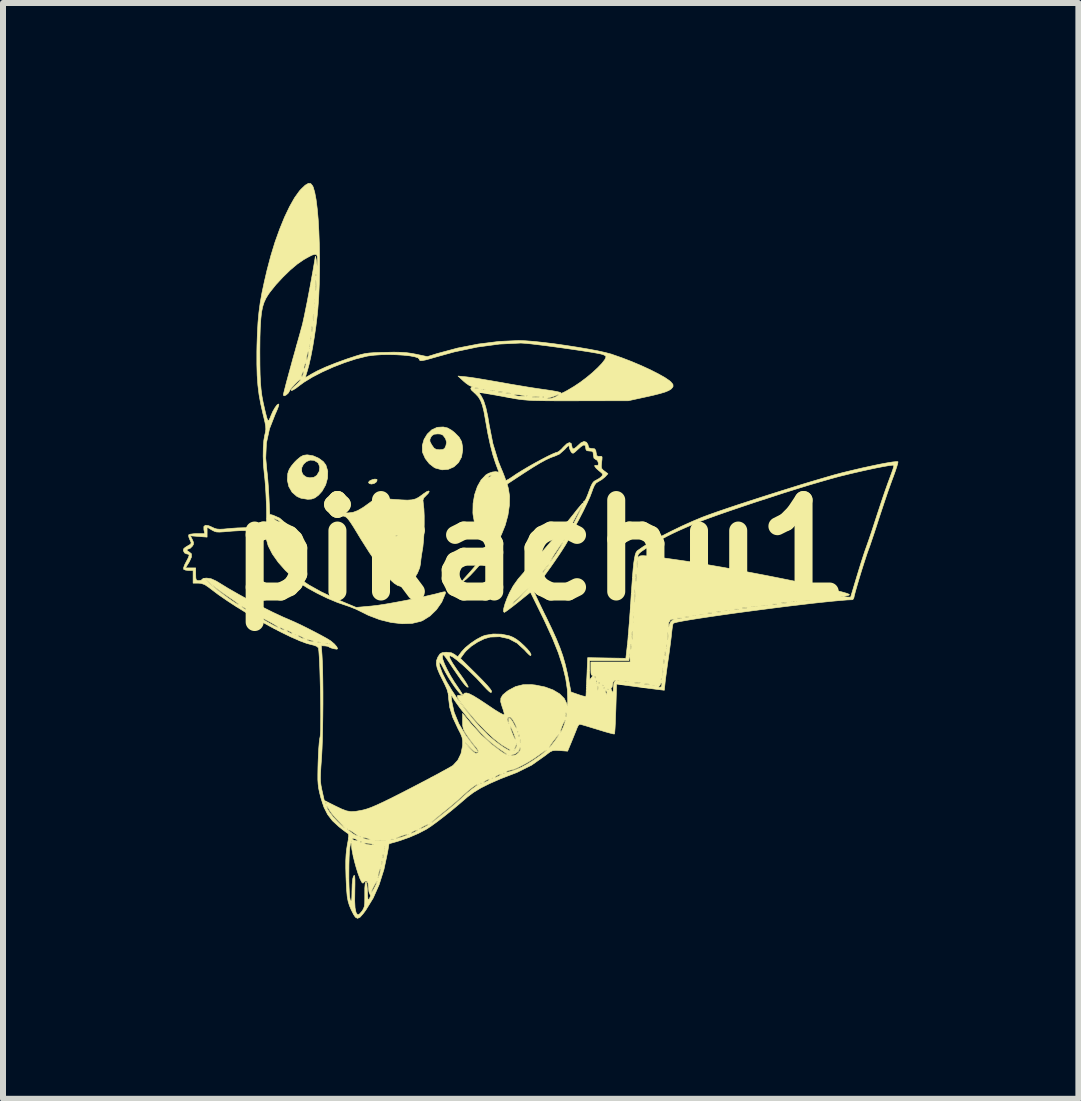
<source format=kicad_pcb>
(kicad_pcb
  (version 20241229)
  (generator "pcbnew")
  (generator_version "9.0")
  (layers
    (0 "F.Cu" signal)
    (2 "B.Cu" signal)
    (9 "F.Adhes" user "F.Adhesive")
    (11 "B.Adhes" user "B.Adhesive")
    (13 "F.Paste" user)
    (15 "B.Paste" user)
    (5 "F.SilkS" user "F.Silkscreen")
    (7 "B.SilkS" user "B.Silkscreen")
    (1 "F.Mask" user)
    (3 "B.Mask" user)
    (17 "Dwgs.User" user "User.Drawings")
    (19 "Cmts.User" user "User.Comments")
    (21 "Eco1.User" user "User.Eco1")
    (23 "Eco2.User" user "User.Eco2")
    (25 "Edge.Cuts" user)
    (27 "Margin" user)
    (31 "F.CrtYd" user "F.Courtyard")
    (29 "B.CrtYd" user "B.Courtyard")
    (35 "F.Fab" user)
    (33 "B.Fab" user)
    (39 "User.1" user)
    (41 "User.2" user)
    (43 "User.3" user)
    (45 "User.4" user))
  (footprint "pikachu1"
    (layer "F.Cu")
    (at 5.946 6.115)
    (property "Reference" "pikachu1" (at 0 0 0) (layer "F.SilkS") (effects (font (size 1.524 1.524) (thickness 0.3))))
    (attr through_hole)
    (fp_poly (pts (xy -2.718 -1.179) (xy -2.715 -1.177) (xy -2.717 -1.154) (xy -2.73 -1.133) (xy -2.766 -1.109) (xy -2.811 -1.101) (xy -2.846 -1.111) (xy -2.857 -1.131) (xy -2.839 -1.153) (xy -2.798 -1.173) (xy -2.751 -1.184) (xy -2.718 -1.179)) (stroke (width 0.01) (type solid)) (fill yes) (layer "F.SilkS"))
    (fp_poly (pts (xy -3.78 -1.572) (xy -3.688 -1.532) (xy -3.61 -1.475) (xy -3.567 -1.418) (xy -3.536 -1.316) (xy -3.539 -1.202) (xy -3.571 -1.087) (xy -3.631 -0.981) (xy -3.691 -0.915) (xy -3.75 -0.871) (xy -3.807 -0.851) (xy -3.869 -0.847) (xy -3.982 -0.865) (xy -4.048 -0.894) (xy -4.129 -0.963) (xy -4.184 -1.058) (xy -4.209 -1.166) (xy -4.202 -1.277) (xy -4.191 -1.308) (xy -3.971 -1.308) (xy -3.949 -1.259) (xy -3.901 -1.22) (xy -3.834 -1.205) (xy -3.766 -1.214) (xy -3.718 -1.245) (xy -3.678 -1.313) (xy -3.669 -1.384) (xy -3.692 -1.446) (xy -3.702 -1.458) (xy -3.763 -1.496) (xy -3.829 -1.5) (xy -3.891 -1.476) (xy -3.94 -1.432) (xy -3.969 -1.374) (xy -3.971 -1.308) (xy -4.191 -1.308) (xy -4.178 -1.345) (xy -4.143 -1.4) (xy -4.09 -1.464) (xy -4.052 -1.502) (xy -3.991 -1.553) (xy -3.942 -1.579) (xy -3.887 -1.587) (xy -3.871 -1.587) (xy -3.78 -1.572)) (stroke (width 0.01) (type solid)) (fill yes) (layer "F.SilkS"))
    (fp_poly (pts (xy -1.541 -2.036) (xy -1.471 -1.996) (xy -1.421 -1.956) (xy -1.348 -1.882) (xy -1.306 -1.808) (xy -1.29 -1.719) (xy -1.288 -1.666) (xy -1.307 -1.552) (xy -1.358 -1.458) (xy -1.434 -1.388) (xy -1.527 -1.347) (xy -1.632 -1.338) (xy -1.741 -1.367) (xy -1.762 -1.377) (xy -1.843 -1.439) (xy -1.911 -1.526) (xy -1.954 -1.622) (xy -1.959 -1.642) (xy -1.961 -1.743) (xy -1.932 -1.843) (xy -1.835 -1.843) (xy -1.833 -1.809) (xy -1.809 -1.762) (xy -1.801 -1.749) (xy -1.765 -1.699) (xy -1.727 -1.677) (xy -1.673 -1.672) (xy -1.617 -1.677) (xy -1.587 -1.697) (xy -1.568 -1.739) (xy -1.556 -1.795) (xy -1.569 -1.844) (xy -1.583 -1.871) (xy -1.617 -1.916) (xy -1.658 -1.934) (xy -1.704 -1.937) (xy -1.765 -1.931) (xy -1.801 -1.907) (xy -1.818 -1.882) (xy -1.835 -1.843) (xy -1.932 -1.843) (xy -1.932 -1.844) (xy -1.878 -1.933) (xy -1.805 -2.003) (xy -1.72 -2.043) (xy -1.7 -2.047) (xy -1.612 -2.052) (xy -1.541 -2.036)) (stroke (width 0.01) (type solid)) (fill yes) (layer "F.SilkS"))
    (fp_poly (pts (xy -1.845 -0.975) (xy -1.865 -0.943) (xy -1.895 -0.913) (xy -1.936 -0.871) (xy -1.95 -0.832) (xy -1.944 -0.774) (xy -1.944 -0.772) (xy -1.934 -0.686) (xy -1.929 -0.57) (xy -1.929 -0.437) (xy -1.932 -0.298) (xy -1.94 -0.167) (xy -1.951 -0.054) (xy -1.958 -0.011) (xy -1.973 0.077) (xy -1.984 0.156) (xy -1.989 0.211) (xy -1.989 0.217) (xy -2.004 0.293) (xy -2.041 0.383) (xy -2.095 0.472) (xy -2.153 0.543) (xy -2.224 0.597) (xy -2.294 0.612) (xy -2.372 0.588) (xy -2.427 0.553) (xy -2.508 0.481) (xy -2.605 0.371) (xy -2.716 0.223) (xy -2.842 0.04) (xy -2.981 -0.179) (xy -3.022 -0.247) (xy -2.406 -0.247) (xy -2.403 -0.234) (xy -2.392 -0.233) (xy -2.374 -0.241) (xy -2.378 -0.247) (xy -2.403 -0.249) (xy -2.406 -0.247) (xy -3.022 -0.247) (xy -3.039 -0.275) (xy -3.106 -0.385) (xy -3.156 -0.462) (xy -3.194 -0.514) (xy -3.223 -0.545) (xy -3.248 -0.561) (xy -3.273 -0.567) (xy -3.365 -0.58) (xy -3.417 -0.598) (xy -3.429 -0.616) (xy -3.409 -0.627) (xy -3.348 -0.628) (xy -3.285 -0.623) (xy -3.195 -0.62) (xy -3.116 -0.63) (xy -3.037 -0.659) (xy -2.949 -0.71) (xy -2.841 -0.787) (xy -2.841 -0.787) (xy -2.729 -0.87) (xy -2.439 -0.846) (xy -2.307 -0.837) (xy -2.209 -0.833) (xy -2.135 -0.838) (xy -2.077 -0.852) (xy -2.026 -0.877) (xy -1.972 -0.915) (xy -1.946 -0.935) (xy -1.89 -0.973) (xy -1.855 -0.986) (xy -1.845 -0.975)) (stroke (width 0.01) (type solid)) (fill yes) (layer "F.SilkS"))
    (fp_poly (pts (xy -3.82 -6.107) (xy -3.789 -6.07) (xy -3.778 -6.047) (xy -3.753 -5.961) (xy -3.73 -5.839) (xy -3.711 -5.686) (xy -3.695 -5.507) (xy -3.684 -5.309) (xy -3.676 -5.096) (xy -3.672 -4.875) (xy -3.672 -4.651) (xy -3.677 -4.429) (xy -3.686 -4.216) (xy -3.701 -4.016) (xy -3.712 -3.905) (xy -3.733 -3.731) (xy -3.759 -3.554) (xy -3.787 -3.383) (xy -3.817 -3.227) (xy -3.847 -3.093) (xy -3.875 -2.991) (xy -3.882 -2.969) (xy -3.899 -2.915) (xy -3.905 -2.883) (xy -3.904 -2.879) (xy -3.881 -2.889) (xy -3.837 -2.915) (xy -3.815 -2.929) (xy -3.712 -2.985) (xy -3.573 -3.049) (xy -3.406 -3.116) (xy -3.216 -3.185) (xy -3.167 -3.201) (xy -3.067 -3.234) (xy -2.987 -3.258) (xy -2.917 -3.274) (xy -2.845 -3.284) (xy -2.76 -3.29) (xy -2.649 -3.294) (xy -2.582 -3.295) (xy -2.437 -3.298) (xy -2.322 -3.296) (xy -2.227 -3.29) (xy -2.139 -3.278) (xy -2.065 -3.264) (xy -1.877 -3.224) (xy -1.716 -3.274) (xy -1.375 -3.366) (xy -1.026 -3.434) (xy -0.682 -3.477) (xy -0.357 -3.492) (xy -0.355 -3.492) (xy -0.243 -3.488) (xy -0.1 -3.477) (xy 0.066 -3.459) (xy 0.246 -3.437) (xy 0.434 -3.41) (xy 0.621 -3.381) (xy 0.798 -3.351) (xy 0.959 -3.321) (xy 1.093 -3.291) (xy 1.195 -3.264) (xy 1.201 -3.261) (xy 1.362 -3.205) (xy 1.526 -3.142) (xy 1.687 -3.074) (xy 1.837 -3.005) (xy 1.969 -2.938) (xy 2.078 -2.877) (xy 2.156 -2.824) (xy 2.18 -2.803) (xy 2.214 -2.762) (xy 2.217 -2.73) (xy 2.21 -2.714) (xy 2.185 -2.685) (xy 2.144 -2.659) (xy 2.083 -2.634) (xy 1.996 -2.608) (xy 1.877 -2.578) (xy 1.769 -2.554) (xy 1.471 -2.489) (xy 0.624 -2.488) (xy 0.412 -2.488) (xy 0.237 -2.488) (xy 0.093 -2.489) (xy -0.024 -2.491) (xy -0.121 -2.493) (xy -0.201 -2.498) (xy -0.271 -2.504) (xy -0.336 -2.511) (xy -0.401 -2.521) (xy -0.417 -2.524) (xy 0.098 -2.524) (xy 0.129 -2.521) (xy 0.133 -2.521) (xy 0.195 -2.53) (xy 0.255 -2.551) (xy 0.297 -2.576) (xy 0.317 -2.593) (xy 0.318 -2.594) (xy 0.302 -2.594) (xy 0.27 -2.579) (xy 0.215 -2.557) (xy 0.15 -2.539) (xy 0.148 -2.539) (xy 0.103 -2.529) (xy 0.098 -2.524) (xy -0.417 -2.524) (xy -0.472 -2.534) (xy -0.529 -2.544) (xy -0.563 -2.55) (xy -0.136 -2.55) (xy -0.113 -2.547) (xy -0.074 -2.546) (xy -0.024 -2.547) (xy -0.008 -2.551) (xy 0.042 -2.551) (xy 0.053 -2.54) (xy 0.064 -2.551) (xy 0.053 -2.561) (xy 0.042 -2.551) (xy -0.008 -2.551) (xy -0.006 -2.551) (xy -0.016 -2.555) (xy -0.074 -2.559) (xy -0.121 -2.555) (xy -0.136 -2.55) (xy -0.563 -2.55) (xy -0.647 -2.566) (xy -0.757 -2.586) (xy -0.767 -2.587) (xy -0.429 -2.587) (xy -0.422 -2.581) (xy -0.393 -2.571) (xy -0.347 -2.564) (xy -0.299 -2.561) (xy -0.264 -2.562) (xy -0.255 -2.568) (xy -0.256 -2.569) (xy -0.266 -2.572) (xy -0.233 -2.572) (xy -0.222 -2.561) (xy -0.212 -2.572) (xy -0.222 -2.582) (xy -0.233 -2.572) (xy -0.266 -2.572) (xy -0.28 -2.576) (xy -0.332 -2.585) (xy -0.359 -2.589) (xy -0.413 -2.593) (xy -0.429 -2.587) (xy -0.767 -2.587) (xy -0.851 -2.602) (xy -0.908 -2.612) (xy -0.573 -2.612) (xy -0.544 -2.609) (xy -0.529 -2.608) (xy -0.491 -2.611) (xy -0.486 -2.616) (xy -0.492 -2.618) (xy -0.546 -2.621) (xy -0.566 -2.618) (xy -0.573 -2.612) (xy -0.908 -2.612) (xy -0.916 -2.613) (xy -0.929 -2.615) (xy -1.022 -2.629) (xy -0.979 -2.568) (xy -0.94 -2.492) (xy -0.903 -2.378) (xy -0.87 -2.229) (xy -0.848 -2.095) (xy -0.785 -1.775) (xy -0.697 -1.487) (xy -0.656 -1.383) (xy -0.62 -1.298) (xy -0.592 -1.226) (xy -0.575 -1.179) (xy -0.572 -1.164) (xy -0.556 -1.164) (xy -0.517 -1.185) (xy -0.471 -1.215) (xy -0.395 -1.267) (xy -0.3 -1.326) (xy -0.194 -1.389) (xy -0.083 -1.452) (xy 0.025 -1.51) (xy 0.124 -1.562) (xy 0.206 -1.601) (xy 0.264 -1.625) (xy 0.286 -1.63) (xy 0.315 -1.645) (xy 0.358 -1.683) (xy 0.389 -1.717) (xy 0.445 -1.771) (xy 0.49 -1.792) (xy 0.519 -1.779) (xy 0.529 -1.738) (xy 0.539 -1.694) (xy 0.566 -1.688) (xy 0.609 -1.72) (xy 0.616 -1.728) (xy 0.682 -1.788) (xy 0.733 -1.811) (xy 0.773 -1.798) (xy 0.774 -1.798) (xy 0.8 -1.756) (xy 0.804 -1.733) (xy 0.816 -1.703) (xy 0.857 -1.693) (xy 0.866 -1.693) (xy 0.91 -1.688) (xy 0.929 -1.662) (xy 0.935 -1.625) (xy 0.944 -1.577) (xy 0.966 -1.562) (xy 0.992 -1.563) (xy 1.021 -1.564) (xy 1.034 -1.552) (xy 1.033 -1.515) (xy 1.027 -1.465) (xy 1.021 -1.401) (xy 1.026 -1.363) (xy 1.05 -1.335) (xy 1.073 -1.317) (xy 1.132 -1.273) (xy 1.083 -1.22) (xy 1.028 -1.175) (xy 0.973 -1.143) (xy 0.936 -1.12) (xy 0.908 -1.082) (xy 0.88 -1.018) (xy 0.866 -0.977) (xy 0.833 -0.89) (xy 0.781 -0.776) (xy 0.717 -0.644) (xy 0.644 -0.503) (xy 0.567 -0.362) (xy 0.525 -0.29) (xy 0.492 -0.23) (xy 0.471 -0.183) (xy 0.466 -0.165) (xy 0.454 -0.138) (xy 0.422 -0.083) (xy 0.374 -0.007) (xy 0.314 0.084) (xy 0.247 0.182) (xy 0.178 0.281) (xy 0.11 0.375) (xy 0.049 0.458) (xy 0.008 0.51) (xy -0.044 0.577) (xy -0.083 0.632) (xy -0.104 0.667) (xy -0.106 0.673) (xy -0.097 0.698) (xy -0.072 0.755) (xy -0.033 0.838) (xy 0.017 0.942) (xy 0.074 1.06) (xy 0.102 1.115) (xy 0.195 1.309) (xy 0.271 1.476) (xy 0.331 1.623) (xy 0.38 1.761) (xy 0.419 1.897) (xy 0.453 2.04) (xy 0.471 2.129) (xy 0.516 2.363) (xy 0.639 2.406) (xy 0.704 2.427) (xy 0.749 2.437) (xy 0.765 2.436) (xy 0.767 2.412) (xy 0.77 2.353) (xy 0.77 2.339) (xy 1.09 2.339) (xy 1.094 2.37) (xy 1.095 2.372) (xy 1.108 2.401) (xy 1.117 2.395) (xy 1.113 2.356) (xy 1.104 2.345) (xy 1.09 2.339) (xy 0.77 2.339) (xy 0.772 2.297) (xy 0.957 2.297) (xy 0.959 2.333) (xy 0.966 2.336) (xy 0.966 2.334) (xy 0.968 2.318) (xy 1.122 2.318) (xy 1.132 2.328) (xy 1.143 2.318) (xy 1.132 2.307) (xy 1.122 2.318) (xy 0.968 2.318) (xy 0.97 2.297) (xy 1.058 2.297) (xy 1.069 2.307) (xy 1.071 2.305) (xy 1.181 2.305) (xy 1.193 2.338) (xy 1.207 2.366) (xy 1.216 2.364) (xy 1.221 2.329) (xy 1.223 2.287) (xy 1.23 2.224) (xy 1.234 2.213) (xy 1.571 2.213) (xy 1.596 2.217) (xy 1.619 2.217) (xy 1.663 2.215) (xy 1.674 2.211) (xy 1.667 2.208) (xy 1.616 2.204) (xy 1.582 2.208) (xy 1.571 2.213) (xy 1.234 2.213) (xy 1.242 2.193) (xy 1.396 2.193) (xy 1.425 2.196) (xy 1.439 2.196) (xy 1.478 2.194) (xy 1.482 2.189) (xy 1.476 2.187) (xy 1.423 2.183) (xy 1.402 2.187) (xy 1.396 2.193) (xy 1.242 2.193) (xy 1.242 2.191) (xy 1.269 2.177) (xy 1.287 2.173) (xy 1.322 2.167) (xy 1.318 2.165) (xy 1.281 2.167) (xy 1.236 2.174) (xy 1.216 2.201) (xy 1.21 2.239) (xy 1.201 2.282) (xy 1.188 2.298) (xy 1.186 2.297) (xy 1.181 2.305) (xy 1.071 2.305) (xy 1.079 2.297) (xy 1.069 2.286) (xy 1.058 2.297) (xy 0.97 2.297) (xy 0.971 2.292) (xy 0.967 2.271) (xy 0.96 2.262) (xy 0.957 2.29) (xy 0.957 2.297) (xy 0.772 2.297) (xy 0.774 2.267) (xy 0.774 2.254) (xy 1.037 2.254) (xy 1.048 2.265) (xy 1.058 2.254) (xy 1.048 2.244) (xy 1.037 2.254) (xy 0.774 2.254) (xy 0.777 2.189) (xy 0.933 2.189) (xy 0.937 2.216) (xy 0.944 2.217) (xy 0.945 2.212) (xy 0.974 2.212) (xy 0.984 2.223) (xy 0.995 2.212) (xy 0.984 2.201) (xy 0.974 2.212) (xy 0.945 2.212) (xy 0.949 2.188) (xy 0.946 2.176) (xy 0.936 2.168) (xy 0.933 2.189) (xy 0.777 2.189) (xy 0.778 2.161) (xy 0.781 2.107) (xy 0.792 1.841) (xy 0.826 1.841) (xy 0.826 2.004) (xy 0.826 2.079) (xy 0.828 2.133) (xy 0.831 2.157) (xy 0.831 2.157) (xy 0.838 2.148) (xy 2.011 2.148) (xy 2.021 2.159) (xy 2.032 2.148) (xy 2.021 2.138) (xy 2.011 2.148) (xy 0.838 2.148) (xy 0.848 2.135) (xy 0.862 2.117) (xy 0.91 2.117) (xy 0.918 2.134) (xy 0.924 2.131) (xy 0.927 2.106) (xy 0.924 2.103) (xy 0.912 2.105) (xy 0.91 2.117) (xy 0.862 2.117) (xy 0.869 2.107) (xy 0.884 2.081) (xy 0.873 2.082) (xy 0.857 2.081) (xy 0.849 2.049) (xy 0.848 2.021) (xy 2.038 2.021) (xy 2.039 2.072) (xy 2.043 2.09) (xy 2.047 2.08) (xy 2.051 2.022) (xy 2.047 1.974) (xy 2.042 1.959) (xy 2.039 1.982) (xy 2.038 2.021) (xy 0.848 2.021) (xy 0.847 1.981) (xy 0.847 1.863) (xy 1.503 1.863) (xy 1.502 1.852) (xy 2.057 1.852) (xy 2.06 1.888) (xy 2.066 1.891) (xy 2.067 1.89) (xy 2.071 1.848) (xy 2.068 1.826) (xy 2.061 1.817) (xy 2.057 1.846) (xy 2.057 1.852) (xy 1.502 1.852) (xy 1.499 1.783) (xy 1.497 1.734) (xy 1.494 1.725) (xy 2.078 1.725) (xy 2.081 1.761) (xy 2.087 1.764) (xy 2.088 1.763) (xy 2.092 1.721) (xy 2.089 1.699) (xy 2.082 1.69) (xy 2.079 1.719) (xy 2.078 1.725) (xy 1.494 1.725) (xy 1.494 1.725) (xy 1.49 1.755) (xy 1.488 1.773) (xy 1.479 1.841) (xy 0.826 1.841) (xy 0.792 1.841) (xy 0.794 1.791) (xy 1.43 1.802) (xy 1.452 1.609) (xy 1.508 1.609) (xy 1.51 1.647) (xy 1.515 1.652) (xy 1.517 1.646) (xy 1.52 1.598) (xy 2.1 1.598) (xy 2.102 1.634) (xy 2.109 1.637) (xy 2.109 1.636) (xy 2.114 1.594) (xy 2.11 1.572) (xy 2.103 1.563) (xy 2.1 1.592) (xy 2.1 1.598) (xy 1.52 1.598) (xy 1.521 1.592) (xy 1.517 1.572) (xy 1.511 1.565) (xy 1.508 1.594) (xy 1.508 1.609) (xy 1.452 1.609) (xy 1.456 1.573) (xy 1.465 1.485) (xy 1.47 1.418) (xy 1.53 1.418) (xy 1.532 1.47) (xy 1.535 1.49) (xy 1.539 1.476) (xy 1.542 1.429) (xy 2.123 1.429) (xy 2.124 1.479) (xy 2.128 1.497) (xy 2.132 1.487) (xy 2.135 1.429) (xy 2.132 1.381) (xy 2.127 1.367) (xy 2.124 1.39) (xy 2.123 1.429) (xy 1.542 1.429) (xy 1.543 1.408) (xy 1.539 1.36) (xy 1.535 1.347) (xy 1.531 1.371) (xy 1.53 1.418) (xy 1.47 1.418) (xy 1.475 1.363) (xy 1.484 1.248) (xy 2.14 1.248) (xy 2.143 1.282) (xy 2.147 1.279) (xy 2.156 1.24) (xy 2.179 1.19) (xy 2.212 1.162) (xy 2.236 1.149) (xy 2.221 1.144) (xy 2.173 1.161) (xy 2.145 1.207) (xy 2.14 1.248) (xy 1.484 1.248) (xy 1.487 1.219) (xy 1.494 1.122) (xy 1.552 1.122) (xy 1.553 1.18) (xy 1.556 1.206) (xy 1.56 1.195) (xy 1.56 1.191) (xy 1.563 1.135) (xy 2.283 1.135) (xy 2.311 1.139) (xy 2.318 1.139) (xy 2.354 1.137) (xy 2.357 1.13) (xy 2.355 1.129) (xy 2.313 1.125) (xy 2.292 1.128) (xy 2.283 1.135) (xy 1.563 1.135) (xy 1.564 1.116) (xy 1.564 1.114) (xy 2.41 1.114) (xy 2.438 1.118) (xy 2.445 1.118) (xy 2.481 1.115) (xy 2.484 1.109) (xy 2.482 1.108) (xy 2.44 1.104) (xy 2.419 1.107) (xy 2.41 1.114) (xy 1.564 1.114) (xy 1.563 1.094) (xy 2.532 1.094) (xy 2.561 1.097) (xy 2.591 1.094) (xy 2.588 1.087) (xy 2.544 1.084) (xy 2.535 1.087) (xy 2.532 1.094) (xy 1.563 1.094) (xy 1.562 1.073) (xy 2.659 1.073) (xy 2.688 1.076) (xy 2.718 1.073) (xy 2.715 1.065) (xy 2.671 1.063) (xy 2.662 1.065) (xy 2.659 1.073) (xy 1.562 1.073) (xy 1.56 1.053) (xy 1.56 1.05) (xy 2.791 1.05) (xy 2.819 1.054) (xy 2.826 1.054) (xy 2.862 1.052) (xy 2.865 1.045) (xy 2.863 1.044) (xy 2.821 1.04) (xy 2.8 1.044) (xy 2.791 1.05) (xy 1.56 1.05) (xy 1.556 1.037) (xy 1.553 1.059) (xy 1.552 1.113) (xy 1.552 1.122) (xy 1.494 1.122) (xy 1.498 1.061) (xy 1.501 1.029) (xy 2.939 1.029) (xy 2.967 1.033) (xy 2.974 1.033) (xy 3.01 1.031) (xy 3.013 1.024) (xy 3.011 1.023) (xy 2.969 1.019) (xy 2.948 1.022) (xy 2.939 1.029) (xy 1.501 1.029) (xy 1.502 1.008) (xy 3.068 1.008) (xy 3.097 1.011) (xy 3.111 1.011) (xy 3.15 1.009) (xy 3.155 1.003) (xy 3.149 1.001) (xy 3.095 0.998) (xy 3.074 1.001) (xy 3.068 1.008) (xy 1.502 1.008) (xy 1.504 0.987) (xy 3.236 0.987) (xy 3.264 0.991) (xy 3.27 0.991) (xy 3.306 0.988) (xy 3.31 0.982) (xy 3.308 0.981) (xy 3.266 0.977) (xy 3.244 0.98) (xy 3.236 0.987) (xy 1.504 0.987) (xy 1.505 0.965) (xy 3.364 0.965) (xy 3.393 0.969) (xy 3.408 0.969) (xy 3.446 0.967) (xy 3.451 0.961) (xy 3.445 0.959) (xy 3.391 0.956) (xy 3.371 0.959) (xy 3.364 0.965) (xy 1.505 0.965) (xy 1.507 0.943) (xy 3.518 0.943) (xy 3.543 0.947) (xy 3.567 0.947) (xy 3.61 0.945) (xy 3.621 0.941) (xy 3.614 0.938) (xy 3.564 0.934) (xy 3.53 0.938) (xy 3.518 0.943) (xy 1.507 0.943) (xy 1.508 0.922) (xy 3.687 0.922) (xy 3.713 0.925) (xy 3.736 0.926) (xy 3.779 0.924) (xy 3.791 0.919) (xy 3.784 0.917) (xy 3.733 0.913) (xy 3.699 0.916) (xy 3.687 0.922) (xy 1.508 0.922) (xy 1.509 0.902) (xy 3.871 0.902) (xy 3.899 0.906) (xy 3.905 0.906) (xy 3.941 0.904) (xy 3.945 0.897) (xy 3.943 0.896) (xy 3.901 0.892) (xy 3.879 0.895) (xy 3.871 0.902) (xy 1.509 0.902) (xy 1.51 0.899) (xy 1.511 0.881) (xy 4.02 0.881) (xy 4.05 0.884) (xy 4.064 0.884) (xy 4.103 0.882) (xy 4.107 0.876) (xy 4.101 0.874) (xy 4.047 0.871) (xy 4.027 0.874) (xy 4.02 0.881) (xy 1.511 0.881) (xy 1.514 0.826) (xy 1.518 0.762) (xy 1.574 0.762) (xy 1.575 0.831) (xy 1.577 0.868) (xy 1.58 0.869) (xy 1.581 0.859) (xy 4.19 0.859) (xy 4.219 0.863) (xy 4.233 0.863) (xy 4.272 0.861) (xy 4.276 0.855) (xy 4.27 0.853) (xy 4.217 0.85) (xy 4.196 0.853) (xy 4.19 0.859) (xy 1.581 0.859) (xy 1.582 0.852) (xy 1.582 0.836) (xy 4.372 0.836) (xy 4.395 0.84) (xy 4.434 0.841) (xy 4.485 0.839) (xy 4.503 0.835) (xy 4.493 0.832) (xy 4.435 0.828) (xy 4.387 0.831) (xy 4.372 0.836) (xy 1.582 0.836) (xy 1.583 0.817) (xy 4.571 0.817) (xy 4.6 0.82) (xy 4.614 0.821) (xy 4.653 0.818) (xy 4.657 0.813) (xy 4.651 0.811) (xy 4.598 0.808) (xy 4.577 0.811) (xy 4.571 0.817) (xy 1.583 0.817) (xy 1.584 0.794) (xy 4.72 0.794) (xy 4.731 0.804) (xy 4.741 0.794) (xy 4.796 0.794) (xy 4.819 0.797) (xy 4.858 0.798) (xy 4.908 0.797) (xy 4.926 0.793) (xy 4.916 0.789) (xy 4.858 0.786) (xy 4.81 0.789) (xy 4.796 0.794) (xy 4.741 0.794) (xy 4.741 0.794) (xy 4.731 0.783) (xy 4.72 0.794) (xy 1.584 0.794) (xy 1.585 0.768) (xy 1.583 0.681) (xy 1.582 0.672) (xy 1.578 0.651) (xy 1.576 0.668) (xy 1.574 0.719) (xy 1.574 0.762) (xy 1.518 0.762) (xy 1.528 0.619) (xy 1.54 0.455) (xy 1.594 0.455) (xy 1.595 0.505) (xy 1.599 0.524) (xy 1.602 0.514) (xy 1.606 0.456) (xy 1.603 0.408) (xy 1.598 0.393) (xy 1.595 0.416) (xy 1.594 0.455) (xy 1.54 0.455) (xy 1.54 0.45) (xy 1.551 0.316) (xy 1.56 0.233) (xy 1.614 0.233) (xy 1.616 0.279) (xy 1.62 0.291) (xy 1.624 0.28) (xy 1.627 0.219) (xy 1.624 0.185) (xy 1.618 0.175) (xy 1.615 0.202) (xy 1.614 0.233) (xy 1.56 0.233) (xy 1.562 0.212) (xy 1.574 0.134) (xy 1.583 0.094) (xy 1.63 0.094) (xy 1.634 0.121) (xy 1.648 0.11) (xy 1.649 0.109) (xy 1.66 0.099) (xy 1.682 0.094) (xy 1.719 0.092) (xy 1.776 0.096) (xy 1.857 0.104) (xy 1.967 0.117) (xy 2.11 0.137) (xy 2.286 0.162) (xy 2.458 0.187) (xy 2.65 0.218) (xy 2.858 0.254) (xy 3.078 0.292) (xy 3.305 0.334) (xy 3.537 0.378) (xy 3.768 0.422) (xy 3.995 0.467) (xy 4.213 0.511) (xy 4.418 0.554) (xy 4.607 0.595) (xy 4.774 0.633) (xy 4.917 0.667) (xy 5.03 0.696) (xy 5.11 0.719) (xy 5.152 0.736) (xy 5.153 0.737) (xy 5.149 0.749) (xy 5.112 0.76) (xy 5.091 0.764) (xy 5.006 0.777) (xy 5.091 0.78) (xy 5.175 0.783) (xy 5.278 0.439) (xy 5.316 0.314) (xy 5.354 0.192) (xy 5.389 0.084) (xy 5.417 0.001) (xy 5.429 -0.032) (xy 5.45 -0.092) (xy 5.482 -0.183) (xy 5.521 -0.298) (xy 5.563 -0.427) (xy 5.607 -0.562) (xy 5.61 -0.572) (xy 5.657 -0.714) (xy 5.705 -0.859) (xy 5.752 -0.995) (xy 5.793 -1.111) (xy 5.824 -1.194) (xy 5.856 -1.281) (xy 5.881 -1.352) (xy 5.894 -1.399) (xy 5.896 -1.414) (xy 5.87 -1.415) (xy 5.809 -1.408) (xy 5.718 -1.392) (xy 5.604 -1.37) (xy 5.472 -1.342) (xy 5.328 -1.31) (xy 5.177 -1.275) (xy 5.026 -1.238) (xy 4.985 -1.228) (xy 4.843 -1.189) (xy 4.672 -1.14) (xy 4.478 -1.083) (xy 4.267 -1.018) (xy 4.044 -0.948) (xy 3.817 -0.874) (xy 3.589 -0.8) (xy 3.368 -0.726) (xy 3.159 -0.655) (xy 2.969 -0.589) (xy 2.802 -0.529) (xy 2.665 -0.477) (xy 2.58 -0.443) (xy 2.429 -0.378) (xy 2.307 -0.324) (xy 2.205 -0.276) (xy 2.113 -0.23) (xy 2.02 -0.179) (xy 1.917 -0.12) (xy 1.847 -0.079) (xy 1.748 -0.018) (xy 1.682 0.027) (xy 1.645 0.061) (xy 1.631 0.088) (xy 1.63 0.094) (xy 1.583 0.094) (xy 1.586 0.078) (xy 1.599 0.041) (xy 1.615 0.017) (xy 1.623 0.009) (xy 1.722 -0.06) (xy 1.853 -0.139) (xy 2.009 -0.225) (xy 2.182 -0.313) (xy 2.364 -0.401) (xy 2.547 -0.483) (xy 2.7 -0.547) (xy 2.802 -0.585) (xy 2.939 -0.634) (xy 3.105 -0.691) (xy 3.293 -0.754) (xy 3.499 -0.821) (xy 3.715 -0.891) (xy 3.935 -0.961) (xy 4.155 -1.03) (xy 4.367 -1.096) (xy 4.567 -1.156) (xy 4.747 -1.209) (xy 4.902 -1.254) (xy 5.026 -1.287) (xy 5.046 -1.292) (xy 5.211 -1.332) (xy 5.373 -1.37) (xy 5.525 -1.403) (xy 5.663 -1.432) (xy 5.782 -1.454) (xy 5.875 -1.469) (xy 5.937 -1.475) (xy 5.964 -1.473) (xy 5.961 -1.45) (xy 5.945 -1.395) (xy 5.919 -1.316) (xy 5.885 -1.221) (xy 5.877 -1.201) (xy 5.838 -1.094) (xy 5.79 -0.959) (xy 5.739 -0.808) (xy 5.688 -0.655) (xy 5.65 -0.54) (xy 5.607 -0.406) (xy 5.565 -0.278) (xy 5.526 -0.163) (xy 5.495 -0.071) (xy 5.473 -0.011) (xy 5.473 -0.011) (xy 5.45 0.053) (xy 5.421 0.141) (xy 5.387 0.246) (xy 5.351 0.36) (xy 5.316 0.475) (xy 5.284 0.584) (xy 5.257 0.678) (xy 5.238 0.75) (xy 5.229 0.792) (xy 5.228 0.797) (xy 5.212 0.823) (xy 5.202 0.826) (xy 5.122 0.829) (xy 5.01 0.838) (xy 4.869 0.851) (xy 4.704 0.868) (xy 4.519 0.888) (xy 4.318 0.912) (xy 4.106 0.937) (xy 3.887 0.965) (xy 3.664 0.994) (xy 3.443 1.023) (xy 3.228 1.052) (xy 3.022 1.081) (xy 2.831 1.109) (xy 2.658 1.135) (xy 2.507 1.159) (xy 2.384 1.18) (xy 2.291 1.198) (xy 2.235 1.213) (xy 2.22 1.218) (xy 2.212 1.242) (xy 2.203 1.296) (xy 2.194 1.369) (xy 2.194 1.37) (xy 2.186 1.447) (xy 2.173 1.552) (xy 2.157 1.673) (xy 2.14 1.794) (xy 2.139 1.799) (xy 2.122 1.918) (xy 2.106 2.033) (xy 2.093 2.133) (xy 2.084 2.205) (xy 2.084 2.209) (xy 2.071 2.334) (xy 1.961 2.321) (xy 1.899 2.313) (xy 1.806 2.301) (xy 1.695 2.287) (xy 1.666 2.283) (xy 1.976 2.283) (xy 1.995 2.286) (xy 2.023 2.273) (xy 2.03 2.229) (xy 2.03 2.228) (xy 2.026 2.193) (xy 2.02 2.199) (xy 2.017 2.212) (xy 1.997 2.254) (xy 1.982 2.27) (xy 1.976 2.283) (xy 1.666 2.283) (xy 1.578 2.271) (xy 1.564 2.269) (xy 1.483 2.259) (xy 1.876 2.259) (xy 1.905 2.261) (xy 1.935 2.258) (xy 1.931 2.251) (xy 1.888 2.248) (xy 1.879 2.251) (xy 1.876 2.259) (xy 1.483 2.259) (xy 1.308 2.235) (xy 1.734 2.235) (xy 1.764 2.239) (xy 1.778 2.239) (xy 1.817 2.237) (xy 1.821 2.231) (xy 1.815 2.229) (xy 1.761 2.226) (xy 1.741 2.229) (xy 1.734 2.235) (xy 1.308 2.235) (xy 1.276 2.231) (xy 1.264 2.642) (xy 1.259 2.769) (xy 1.255 2.882) (xy 1.25 2.972) (xy 1.245 3.035) (xy 1.241 3.062) (xy 1.241 3.063) (xy 1.218 3.061) (xy 1.163 3.047) (xy 1.083 3.025) (xy 0.985 2.995) (xy 0.956 2.986) (xy 0.854 2.955) (xy 0.766 2.928) (xy 0.7 2.909) (xy 0.664 2.9) (xy 0.66 2.9) (xy 0.639 2.918) (xy 0.619 2.958) (xy 0.601 3.005) (xy 0.572 3.077) (xy 0.538 3.161) (xy 0.529 3.183) (xy 0.46 3.349) (xy 0.33 3.339) (xy 0.26 3.336) (xy 0.211 3.341) (xy 0.169 3.36) (xy 0.115 3.4) (xy 0.09 3.42) (xy -0.14 3.582) (xy -0.385 3.704) (xy -0.438 3.724) (xy -0.653 3.807) (xy -0.832 3.885) (xy -0.981 3.959) (xy -1.104 4.033) (xy -1.207 4.11) (xy -1.231 4.131) (xy -1.352 4.235) (xy -1.478 4.34) (xy -1.602 4.439) (xy -1.717 4.527) (xy -1.816 4.599) (xy -1.891 4.648) (xy -1.894 4.65) (xy -2.027 4.719) (xy -2.18 4.785) (xy -2.336 4.84) (xy -2.395 4.858) (xy -2.515 4.891) (xy -2.539 5.033) (xy -2.6 5.32) (xy -2.68 5.573) (xy -2.779 5.796) (xy -2.902 5.997) (xy -2.948 6.059) (xy -2.999 6.116) (xy -3.04 6.134) (xy -3.075 6.115) (xy -3.105 6.07) (xy -3.145 5.991) (xy -3.175 5.921) (xy -3.197 5.849) (xy -3.212 5.768) (xy -3.221 5.667) (xy -3.228 5.538) (xy -3.232 5.45) (xy -3.234 5.367) (xy -3.184 5.367) (xy -3.184 5.492) (xy -3.181 5.609) (xy -3.176 5.709) (xy -3.169 5.785) (xy -3.161 5.828) (xy -3.159 5.831) (xy -3.147 5.845) (xy -3.139 5.834) (xy -3.135 5.792) (xy -3.133 5.714) (xy -3.133 5.694) (xy -3.129 5.564) (xy -3.12 5.475) (xy -3.105 5.427) (xy -3.091 5.419) (xy -3.086 5.438) (xy -3.083 5.493) (xy -3.083 5.573) (xy -3.085 5.672) (xy -3.085 5.689) (xy -3.087 5.845) (xy -3.081 5.96) (xy -3.065 6.036) (xy -3.042 6.071) (xy -3.029 6.075) (xy -3.004 6.059) (xy -2.97 6.02) (xy -2.962 6.01) (xy -2.941 5.975) (xy -2.927 5.936) (xy -2.92 5.883) (xy -2.919 5.805) (xy -2.919 5.735) (xy -2.919 5.632) (xy -2.913 5.563) (xy -2.904 5.528) (xy -2.894 5.528) (xy -2.884 5.567) (xy -2.876 5.646) (xy -2.874 5.689) (xy -2.871 5.769) (xy -2.866 5.813) (xy -2.859 5.827) (xy -2.847 5.815) (xy -2.84 5.803) (xy -2.823 5.757) (xy -2.834 5.73) (xy -2.845 5.704) (xy -2.813 5.704) (xy -2.805 5.7) (xy -2.782 5.666) (xy -2.762 5.63) (xy -2.733 5.572) (xy -2.714 5.527) (xy -2.711 5.514) (xy -2.72 5.518) (xy -2.742 5.552) (xy -2.762 5.588) (xy -2.792 5.647) (xy -2.81 5.691) (xy -2.813 5.704) (xy -2.845 5.704) (xy -2.849 5.695) (xy -2.857 5.637) (xy -2.857 5.617) (xy -2.865 5.549) (xy -2.884 5.513) (xy -2.911 5.512) (xy -2.932 5.532) (xy -2.949 5.548) (xy -2.965 5.538) (xy -2.987 5.498) (xy -3.004 5.461) (xy -2.702 5.461) (xy -2.697 5.462) (xy -2.691 5.45) (xy -2.674 5.4) (xy -2.66 5.336) (xy -2.659 5.334) (xy -2.653 5.292) (xy -2.658 5.29) (xy -2.664 5.302) (xy -2.681 5.353) (xy -2.696 5.416) (xy -2.696 5.419) (xy -2.702 5.461) (xy -3.004 5.461) (xy -3.004 5.46) (xy -3.034 5.379) (xy -3.065 5.279) (xy -3.085 5.207) (xy -2.642 5.207) (xy -2.639 5.237) (xy -2.632 5.233) (xy -2.629 5.19) (xy -2.632 5.181) (xy -2.64 5.178) (xy -2.642 5.207) (xy -3.085 5.207) (xy -3.094 5.172) (xy -3.111 5.101) (xy -2.621 5.101) (xy -2.618 5.131) (xy -2.611 5.128) (xy -2.608 5.084) (xy -2.611 5.075) (xy -2.618 5.072) (xy -2.621 5.101) (xy -3.111 5.101) (xy -3.118 5.068) (xy -3.135 4.978) (xy -3.135 4.974) (xy -2.599 4.974) (xy -2.596 5.013) (xy -2.591 5.017) (xy -2.589 5.011) (xy -2.586 4.958) (xy -2.589 4.937) (xy -2.595 4.931) (xy -2.598 4.96) (xy -2.599 4.974) (xy -3.135 4.974) (xy -3.141 4.912) (xy -3.141 4.896) (xy -3.139 4.883) (xy -2.929 4.883) (xy -2.921 4.89) (xy -2.891 4.9) (xy -2.847 4.908) (xy -2.804 4.912) (xy -2.776 4.909) (xy -2.775 4.903) (xy -2.799 4.895) (xy -2.85 4.885) (xy -2.868 4.883) (xy -2.918 4.877) (xy -2.929 4.883) (xy -3.139 4.883) (xy -3.135 4.854) (xy -2.999 4.854) (xy -2.996 4.867) (xy -2.985 4.868) (xy -2.967 4.861) (xy -2.97 4.854) (xy -2.996 4.852) (xy -2.999 4.854) (xy -3.135 4.854) (xy -3.133 4.837) (xy -3.158 4.9) (xy -3.167 4.945) (xy -3.175 5.022) (xy -3.18 5.124) (xy -3.183 5.241) (xy -3.184 5.367) (xy -3.234 5.367) (xy -3.236 5.296) (xy -3.236 5.174) (xy -3.231 5.074) (xy -3.222 4.987) (xy -3.21 4.911) (xy -3.194 4.824) (xy -3.191 4.803) (xy -3.133 4.803) (xy -3.115 4.824) (xy -3.096 4.833) (xy -3.045 4.844) (xy -3.026 4.843) (xy -3.029 4.839) (xy -3.034 4.836) (xy -2.751 4.836) (xy -2.728 4.839) (xy -2.673 4.84) (xy -2.656 4.84) (xy -2.596 4.839) (xy -2.569 4.837) (xy -2.579 4.833) (xy -2.588 4.832) (xy -2.663 4.828) (xy -2.734 4.832) (xy -2.736 4.832) (xy -2.751 4.836) (xy -3.034 4.836) (xy -3.064 4.816) (xy -3.103 4.801) (xy -3.13 4.798) (xy -3.133 4.803) (xy -3.191 4.803) (xy -3.19 4.792) (xy -2.953 4.792) (xy -2.932 4.805) (xy -2.876 4.82) (xy -2.847 4.822) (xy -2.834 4.821) (xy -2.488 4.821) (xy -2.468 4.824) (xy -2.44 4.82) (xy -2.44 4.813) (xy -2.468 4.808) (xy -2.48 4.812) (xy -2.488 4.821) (xy -2.834 4.821) (xy -2.824 4.82) (xy -2.839 4.811) (xy -2.857 4.805) (xy -2.863 4.803) (xy -2.401 4.803) (xy -2.369 4.798) (xy -2.313 4.782) (xy -2.278 4.771) (xy -2.223 4.75) (xy -2.19 4.734) (xy -2.186 4.728) (xy -2.209 4.731) (xy -2.259 4.744) (xy -2.309 4.761) (xy -2.366 4.783) (xy -2.399 4.798) (xy -2.401 4.803) (xy -2.863 4.803) (xy -2.907 4.792) (xy -2.942 4.787) (xy -2.953 4.792) (xy -3.19 4.792) (xy -3.187 4.773) (xy -3.006 4.773) (xy -2.995 4.784) (xy -2.985 4.773) (xy -2.995 4.763) (xy -3.006 4.773) (xy -3.187 4.773) (xy -3.187 4.769) (xy -3.188 4.737) (xy -3.199 4.72) (xy -3.209 4.714) (xy -3.242 4.691) (xy -3.295 4.651) (xy -3.306 4.642) (xy -3.214 4.642) (xy -3.207 4.65) (xy -3.162 4.689) (xy -3.11 4.727) (xy -3.064 4.754) (xy -3.042 4.763) (xy -3.044 4.752) (xy -3.074 4.727) (xy -3.086 4.719) (xy -2.149 4.719) (xy -2.148 4.719) (xy -2.116 4.709) (xy -2.074 4.688) (xy -2.043 4.667) (xy -2.042 4.658) (xy -2.043 4.658) (xy -2.075 4.668) (xy -2.117 4.688) (xy -2.147 4.709) (xy -2.149 4.719) (xy -3.086 4.719) (xy -3.093 4.714) (xy -3.162 4.668) (xy -3.198 4.647) (xy -2.011 4.647) (xy -1.994 4.645) (xy -1.952 4.627) (xy -1.926 4.614) (xy -1.875 4.586) (xy -1.845 4.565) (xy -1.841 4.561) (xy -1.858 4.563) (xy -1.9 4.581) (xy -1.926 4.593) (xy -1.977 4.621) (xy -2.007 4.642) (xy -2.011 4.647) (xy -3.198 4.647) (xy -3.203 4.644) (xy -3.214 4.642) (xy -3.306 4.642) (xy -3.35 4.607) (xy -3.458 4.508) (xy -3.538 4.404) (xy -3.599 4.283) (xy -3.605 4.265) (xy -3.555 4.265) (xy -3.542 4.308) (xy -3.503 4.37) (xy -3.446 4.443) (xy -3.376 4.519) (xy -3.363 4.532) (xy -3.309 4.583) (xy -3.267 4.62) (xy -3.246 4.635) (xy -3.245 4.636) (xy -3.254 4.622) (xy -3.286 4.586) (xy -3.325 4.546) (xy -1.82 4.546) (xy -1.807 4.543) (xy -1.783 4.526) (xy -1.751 4.5) (xy -1.695 4.455) (xy -1.624 4.398) (xy -1.577 4.361) (xy -1.488 4.288) (xy -1.396 4.21) (xy -1.316 4.139) (xy -1.291 4.116) (xy -1.221 4.052) (xy -1.149 3.992) (xy -1.092 3.95) (xy -1.049 3.918) (xy -1.028 3.898) (xy -1.03 3.895) (xy -1.064 3.909) (xy -1.121 3.948) (xy -1.195 4.007) (xy -1.277 4.08) (xy -1.301 4.103) (xy -1.362 4.158) (xy -1.444 4.229) (xy -1.536 4.306) (xy -1.614 4.369) (xy -1.692 4.433) (xy -1.757 4.487) (xy -1.802 4.526) (xy -1.82 4.545) (xy -1.82 4.546) (xy -3.325 4.546) (xy -3.336 4.535) (xy -3.352 4.519) (xy -3.416 4.451) (xy -3.473 4.382) (xy -3.511 4.326) (xy -3.512 4.323) (xy -3.538 4.28) (xy -3.553 4.262) (xy -3.555 4.265) (xy -3.605 4.265) (xy -3.623 4.212) (xy -3.577 4.212) (xy -3.569 4.23) (xy -3.563 4.226) (xy -3.561 4.201) (xy -3.563 4.198) (xy -3.576 4.201) (xy -3.577 4.212) (xy -3.623 4.212) (xy -3.648 4.134) (xy -3.654 4.113) (xy -3.674 4.033) (xy -3.688 3.965) (xy -3.696 3.899) (xy -3.701 3.825) (xy -3.701 3.734) (xy -3.699 3.615) (xy -3.697 3.545) (xy -3.692 3.42) (xy -3.686 3.304) (xy -3.678 3.206) (xy -3.669 3.136) (xy -3.663 3.108) (xy -3.659 3.07) (xy -3.655 2.996) (xy -3.654 2.893) (xy -3.653 2.766) (xy -3.654 2.624) (xy -3.656 2.47) (xy -3.659 2.313) (xy -3.663 2.158) (xy -3.667 2.011) (xy -3.672 1.88) (xy -3.678 1.769) (xy -3.684 1.686) (xy -3.69 1.636) (xy -3.692 1.627) (xy -3.722 1.601) (xy -3.778 1.581) (xy -3.79 1.579) (xy -3.87 1.558) (xy -3.58 1.558) (xy -3.552 1.562) (xy -3.545 1.562) (xy -3.509 1.56) (xy -3.506 1.553) (xy -3.508 1.552) (xy -3.55 1.548) (xy -3.571 1.552) (xy -3.58 1.558) (xy -3.87 1.558) (xy -3.883 1.555) (xy -3.926 1.539) (xy -3.712 1.539) (xy -3.683 1.542) (xy -3.653 1.538) (xy -3.657 1.531) (xy -3.7 1.528) (xy -3.709 1.531) (xy -3.712 1.539) (xy -3.926 1.539) (xy -4.004 1.51) (xy -4.037 1.495) (xy -3.882 1.495) (xy -3.873 1.502) (xy -3.844 1.514) (xy -3.806 1.523) (xy -3.775 1.525) (xy -3.767 1.518) (xy -3.769 1.516) (xy -3.794 1.507) (xy -3.842 1.495) (xy -3.842 1.495) (xy -3.881 1.488) (xy -3.882 1.495) (xy -4.037 1.495) (xy -4.149 1.446) (xy -4.203 1.42) (xy -4.032 1.42) (xy -4.032 1.428) (xy -4.002 1.449) (xy -4 1.45) (xy -3.955 1.472) (xy -3.926 1.48) (xy -3.927 1.472) (xy -3.957 1.451) (xy -3.958 1.45) (xy -4.004 1.428) (xy -4.032 1.42) (xy -4.203 1.42) (xy -4.228 1.408) (xy -4.085 1.408) (xy -4.075 1.418) (xy -4.064 1.408) (xy -4.075 1.397) (xy -4.085 1.408) (xy -4.228 1.408) (xy -4.312 1.367) (xy -4.373 1.335) (xy -4.223 1.335) (xy -4.222 1.344) (xy -4.193 1.364) (xy -4.191 1.365) (xy -4.145 1.387) (xy -4.117 1.395) (xy -4.117 1.387) (xy -4.147 1.366) (xy -4.149 1.365) (xy -4.194 1.343) (xy -4.223 1.335) (xy -4.373 1.335) (xy -4.439 1.301) (xy -4.332 1.301) (xy -4.318 1.312) (xy -4.279 1.33) (xy -4.265 1.333) (xy -4.261 1.324) (xy -4.276 1.312) (xy -4.314 1.294) (xy -4.329 1.292) (xy -4.332 1.301) (xy -4.439 1.301) (xy -4.488 1.275) (xy -4.67 1.174) (xy -4.82 1.087) (xy -4.72 1.087) (xy -4.703 1.101) (xy -4.659 1.128) (xy -4.596 1.165) (xy -4.526 1.205) (xy -4.458 1.243) (xy -4.402 1.273) (xy -4.367 1.289) (xy -4.361 1.291) (xy -4.365 1.28) (xy -4.372 1.273) (xy -4.4 1.254) (xy -4.452 1.223) (xy -4.517 1.187) (xy -4.586 1.15) (xy -4.65 1.117) (xy -4.697 1.095) (xy -4.72 1.087) (xy -4.72 1.087) (xy -4.82 1.087) (xy -4.854 1.068) (xy -5.033 0.957) (xy -5.073 0.932) (xy -4.984 0.932) (xy -4.984 0.933) (xy -4.96 0.954) (xy -4.91 0.987) (xy -4.862 1.016) (xy -4.787 1.058) (xy -4.747 1.077) (xy -4.739 1.076) (xy -4.746 1.068) (xy -4.772 1.048) (xy -4.818 1.019) (xy -4.873 0.987) (xy -4.926 0.958) (xy -4.966 0.937) (xy -4.984 0.932) (xy -5.073 0.932) (xy -5.204 0.847) (xy -5.359 0.74) (xy -5.493 0.639) (xy -5.516 0.621) (xy -5.585 0.574) (xy -5.648 0.553) (xy -5.691 0.55) (xy -5.779 0.55) (xy -5.779 0.339) (xy -5.851 0.339) (xy -5.904 0.333) (xy -5.936 0.319) (xy -5.938 0.317) (xy -5.936 0.296) (xy -5.906 0.296) (xy -5.736 0.296) (xy -5.736 0.402) (xy -5.734 0.465) (xy -5.726 0.496) (xy -5.704 0.507) (xy -5.683 0.508) (xy -5.643 0.501) (xy -5.63 0.487) (xy -5.624 0.483) (xy -5.577 0.483) (xy -5.479 0.576) (xy -5.432 0.617) (xy -5.366 0.67) (xy -5.289 0.728) (xy -5.209 0.787) (xy -5.134 0.84) (xy -5.071 0.882) (xy -5.03 0.906) (xy -5.019 0.91) (xy -5.021 0.9) (xy -5.028 0.892) (xy -5.054 0.873) (xy -5.105 0.836) (xy -5.174 0.789) (xy -5.212 0.763) (xy -5.3 0.701) (xy -5.388 0.636) (xy -5.461 0.58) (xy -5.477 0.567) (xy -5.577 0.483) (xy -5.624 0.483) (xy -5.612 0.473) (xy -5.565 0.466) (xy -5.549 0.466) (xy -5.478 0.477) (xy -5.396 0.514) (xy -5.343 0.546) (xy -5.193 0.638) (xy -5.018 0.738) (xy -4.829 0.842) (xy -4.637 0.942) (xy -4.451 1.035) (xy -4.284 1.113) (xy -4.191 1.153) (xy -4.099 1.193) (xy -3.989 1.244) (xy -3.872 1.302) (xy -3.755 1.362) (xy -3.647 1.419) (xy -3.556 1.469) (xy -3.492 1.508) (xy -3.476 1.52) (xy -3.425 1.564) (xy -3.388 1.607) (xy -3.383 1.615) (xy -3.372 1.643) (xy -3.385 1.65) (xy -3.431 1.643) (xy -3.431 1.643) (xy -3.482 1.629) (xy -3.512 1.615) (xy -3.513 1.613) (xy -3.54 1.601) (xy -3.584 1.595) (xy -3.644 1.592) (xy -3.632 1.743) (xy -3.626 1.855) (xy -3.621 2) (xy -3.618 2.173) (xy -3.616 2.363) (xy -3.616 2.564) (xy -3.618 2.767) (xy -3.621 2.965) (xy -3.625 3.149) (xy -3.631 3.311) (xy -3.638 3.444) (xy -3.64 3.471) (xy -3.65 3.609) (xy -3.656 3.713) (xy -3.658 3.793) (xy -3.656 3.857) (xy -3.649 3.915) (xy -3.638 3.974) (xy -3.631 4.006) (xy -3.594 4.17) (xy -3.404 4.265) (xy -3.301 4.314) (xy -3.221 4.344) (xy -3.15 4.356) (xy -3.073 4.352) (xy -2.976 4.335) (xy -2.936 4.326) (xy -2.88 4.31) (xy -2.81 4.285) (xy -2.723 4.248) (xy -2.615 4.198) (xy -2.481 4.133) (xy -2.317 4.05) (xy -2.15 3.964) (xy -1.996 3.884) (xy -0.995 3.884) (xy -0.984 3.895) (xy -0.974 3.884) (xy -0.984 3.873) (xy -0.995 3.884) (xy -1.996 3.884) (xy -1.996 3.884) (xy -1.973 3.872) (xy -0.943 3.872) (xy -0.942 3.872) (xy -0.909 3.862) (xy -0.868 3.842) (xy -0.837 3.821) (xy -0.835 3.812) (xy -0.836 3.812) (xy -0.869 3.821) (xy -0.91 3.842) (xy -0.941 3.863) (xy -0.943 3.872) (xy -1.973 3.872) (xy -1.851 3.808) (xy -1.835 3.799) (xy -0.804 3.799) (xy -0.794 3.81) (xy -0.783 3.799) (xy -0.794 3.789) (xy -0.804 3.799) (xy -1.835 3.799) (xy -1.812 3.787) (xy -0.752 3.787) (xy -0.751 3.787) (xy -0.719 3.778) (xy -0.677 3.757) (xy -0.646 3.736) (xy -0.645 3.727) (xy -0.646 3.727) (xy -0.678 3.737) (xy -0.72 3.757) (xy -0.75 3.778) (xy -0.752 3.787) (xy -1.812 3.787) (xy -1.72 3.738) (xy -1.677 3.715) (xy -0.614 3.715) (xy -0.603 3.725) (xy -0.593 3.715) (xy -0.603 3.704) (xy -0.614 3.715) (xy -1.677 3.715) (xy -1.646 3.698) (xy -0.565 3.698) (xy -0.548 3.699) (xy -0.508 3.69) (xy -0.452 3.673) (xy -0.388 3.649) (xy -0.324 3.622) (xy -0.307 3.614) (xy -0.222 3.568) (xy -0.129 3.511) (xy -0.038 3.45) (xy 0.04 3.393) (xy 0.095 3.346) (xy 0.107 3.333) (xy 0.105 3.328) (xy 0.076 3.345) (xy 0.025 3.382) (xy -0.008 3.406) (xy -0.095 3.467) (xy -0.191 3.528) (xy -0.288 3.582) (xy -0.375 3.626) (xy -0.444 3.654) (xy -0.481 3.662) (xy -0.532 3.674) (xy -0.55 3.683) (xy -0.565 3.698) (xy -1.646 3.698) (xy -1.61 3.678) (xy -1.523 3.63) (xy -1.466 3.597) (xy -1.447 3.584) (xy -1.37 3.5) (xy -1.332 3.423) (xy -0.54 3.423) (xy -0.475 3.426) (xy -0.403 3.411) (xy -0.361 3.378) (xy -0.331 3.335) (xy -0.324 3.3) (xy -0.324 3.298) (xy -0.328 3.293) (xy 0.148 3.293) (xy 0.16 3.286) (xy 0.189 3.252) (xy 0.231 3.198) (xy 0.233 3.196) (xy 0.276 3.137) (xy 0.306 3.092) (xy 0.318 3.072) (xy 0.314 3.068) (xy 0.299 3.083) (xy 0.269 3.119) (xy 0.219 3.184) (xy 0.215 3.189) (xy 0.177 3.241) (xy 0.153 3.281) (xy 0.148 3.293) (xy -0.328 3.293) (xy -0.334 3.285) (xy -0.337 3.304) (xy -0.359 3.353) (xy -0.41 3.392) (xy -0.476 3.413) (xy -0.54 3.423) (xy -1.332 3.423) (xy -1.316 3.388) (xy -1.29 3.259) (xy -1.289 3.238) (xy -1.289 3.174) (xy -1.299 3.118) (xy -1.323 3.057) (xy -1.365 2.976) (xy -1.371 2.963) (xy -1.453 2.787) (xy -1.505 2.616) (xy -1.524 2.459) (xy -1.524 2.453) (xy -1.528 2.402) (xy -1.484 2.402) (xy -1.471 2.516) (xy -1.431 2.699) (xy -1.353 2.89) (xy -1.237 3.085) (xy -1.127 3.233) (xy -1.075 3.298) (xy -1.047 3.338) (xy -1.041 3.358) (xy -1.054 3.365) (xy -1.067 3.365) (xy -1.096 3.351) (xy -1.142 3.312) (xy -1.187 3.265) (xy -1.228 3.221) (xy -1.25 3.199) (xy -1.249 3.206) (xy -1.248 3.207) (xy -1.203 3.265) (xy -1.152 3.321) (xy -1.105 3.364) (xy -1.071 3.386) (xy -1.066 3.387) (xy -1.032 3.374) (xy -1.029 3.34) (xy -1.057 3.292) (xy -1.064 3.284) (xy -1.104 3.238) (xy -1.155 3.171) (xy -1.204 3.103) (xy -1.251 3.032) (xy -1.277 2.978) (xy -1.288 2.923) (xy -1.29 2.851) (xy -1.29 2.849) (xy -1.29 2.72) (xy -1.246 2.773) (xy -1.202 2.827) (xy -1.154 2.886) (xy -1.151 2.889) (xy -0.982 3.075) (xy -0.796 3.242) (xy -0.648 3.353) (xy -0.591 3.39) (xy -0.561 3.406) (xy -0.551 3.404) (xy -0.55 3.401) (xy -0.567 3.387) (xy -0.609 3.357) (xy -0.659 3.323) (xy -0.728 3.274) (xy -0.811 3.208) (xy -0.891 3.138) (xy -0.902 3.127) (xy -0.975 3.054) (xy -1.061 2.959) (xy -1.154 2.851) (xy -1.247 2.739) (xy -1.331 2.632) (xy -1.398 2.539) (xy -1.435 2.484) (xy -1.484 2.402) (xy -1.528 2.402) (xy -1.53 2.389) (xy -1.549 2.32) (xy -1.587 2.235) (xy -1.618 2.173) (xy -1.676 2.056) (xy -1.712 1.967) (xy -1.727 1.897) (xy -1.723 1.838) (xy -1.702 1.783) (xy -1.698 1.776) (xy -1.667 1.73) (xy -1.63 1.708) (xy -1.571 1.701) (xy -1.566 1.7) (xy -1.475 1.71) (xy -1.422 1.738) (xy -1.37 1.778) (xy -1.308 1.694) (xy -1.245 1.626) (xy -1.157 1.554) (xy -1.059 1.488) (xy -0.965 1.438) (xy -0.914 1.419) (xy -0.781 1.397) (xy -0.641 1.4) (xy -0.511 1.427) (xy -0.449 1.452) (xy -0.39 1.487) (xy -0.327 1.536) (xy -0.266 1.592) (xy -0.212 1.647) (xy -0.171 1.697) (xy -0.15 1.736) (xy -0.153 1.755) (xy -0.161 1.757) (xy -0.181 1.742) (xy -0.22 1.704) (xy -0.259 1.661) (xy -0.383 1.548) (xy -0.52 1.475) (xy -0.671 1.442) (xy -0.831 1.448) (xy -0.929 1.477) (xy -1.038 1.53) (xy -1.143 1.599) (xy -1.229 1.676) (xy -1.259 1.711) (xy -1.326 1.803) (xy -1.065 2.061) (xy -0.959 2.168) (xy -0.882 2.25) (xy -0.833 2.308) (xy -0.808 2.346) (xy -0.807 2.366) (xy -0.823 2.371) (xy -0.845 2.356) (xy -0.887 2.316) (xy -0.942 2.258) (xy -0.977 2.219) (xy -1.054 2.136) (xy -1.149 2.042) (xy -1.245 1.951) (xy -1.288 1.912) (xy -1.386 1.829) (xy -1.456 1.778) (xy -1.498 1.758) (xy -1.511 1.77) (xy -1.496 1.813) (xy -1.454 1.887) (xy -1.383 1.993) (xy -1.319 2.082) (xy -1.265 2.159) (xy -1.224 2.223) (xy -1.2 2.267) (xy -1.196 2.283) (xy -1.215 2.28) (xy -1.249 2.247) (xy -1.299 2.184) (xy -1.368 2.086) (xy -1.441 1.979) (xy -1.508 1.878) (xy -1.556 1.807) (xy -1.588 1.764) (xy -1.608 1.745) (xy -1.618 1.745) (xy -1.624 1.76) (xy -1.626 1.774) (xy -1.619 1.821) (xy -1.592 1.894) (xy -1.548 1.987) (xy -1.493 2.089) (xy -1.429 2.194) (xy -1.385 2.259) (xy -1.341 2.324) (xy -1.308 2.375) (xy -1.292 2.402) (xy -1.291 2.403) (xy -1.301 2.414) (xy -1.328 2.394) (xy -1.368 2.348) (xy -1.418 2.283) (xy -1.471 2.205) (xy -1.526 2.118) (xy -1.577 2.029) (xy -1.611 1.963) (xy -1.646 1.898) (xy -1.67 1.868) (xy -1.68 1.874) (xy -1.674 1.917) (xy -1.668 1.942) (xy -1.626 2.054) (xy -1.558 2.189) (xy -1.468 2.338) (xy -1.362 2.497) (xy -1.244 2.656) (xy -1.119 2.811) (xy -0.992 2.954) (xy -0.868 3.079) (xy -0.832 3.111) (xy -0.75 3.18) (xy -0.665 3.244) (xy -0.588 3.296) (xy -0.526 3.331) (xy -0.487 3.344) (xy -0.486 3.342) (xy -0.44 3.342) (xy -0.433 3.337) (xy -0.414 3.314) (xy -0.389 3.269) (xy -0.383 3.24) (xy -0.386 3.218) (xy -0.396 3.238) (xy -0.396 3.239) (xy -0.415 3.284) (xy -0.427 3.313) (xy -0.44 3.342) (xy -0.486 3.342) (xy -0.485 3.336) (xy -0.514 3.316) (xy -0.541 3.302) (xy -0.645 3.238) (xy -0.725 3.175) (xy -0.335 3.175) (xy -0.332 3.205) (xy -0.325 3.201) (xy -0.322 3.158) (xy -0.325 3.149) (xy -0.332 3.146) (xy -0.335 3.175) (xy -0.725 3.175) (xy -0.765 3.144) (xy -0.897 3.023) (xy -0.989 2.927) (xy -0.5 2.927) (xy -0.497 2.949) (xy -0.481 2.998) (xy -0.46 3.053) (xy -0.435 3.114) (xy -0.414 3.154) (xy -0.405 3.164) (xy -0.408 3.141) (xy -0.424 3.092) (xy -0.424 3.09) (xy -0.36 3.09) (xy -0.352 3.108) (xy -0.346 3.104) (xy -0.343 3.079) (xy -0.346 3.076) (xy -0.358 3.079) (xy -0.36 3.09) (xy -0.424 3.09) (xy -0.445 3.037) (xy -0.449 3.027) (xy -0.381 3.027) (xy -0.373 3.044) (xy -0.367 3.041) (xy -0.366 3.029) (xy 0.337 3.029) (xy 0.34 3.037) (xy 0.357 3.012) (xy 0.38 2.962) (xy 0.393 2.931) (xy 0.413 2.874) (xy 0.422 2.836) (xy 0.421 2.827) (xy 0.41 2.841) (xy 0.389 2.884) (xy 0.368 2.933) (xy 0.347 2.992) (xy 0.337 3.029) (xy -0.366 3.029) (xy -0.364 3.016) (xy -0.367 3.013) (xy -0.379 3.016) (xy -0.381 3.027) (xy -0.449 3.027) (xy -0.471 2.977) (xy -0.491 2.937) (xy -0.5 2.927) (xy -0.989 2.927) (xy -1.034 2.881) (xy -1.084 2.824) (xy -0.546 2.824) (xy -0.533 2.862) (xy -0.517 2.893) (xy -0.515 2.887) (xy -0.521 2.852) (xy -0.525 2.806) (xy -0.511 2.795) (xy -0.485 2.815) (xy -0.452 2.865) (xy -0.44 2.889) (xy -0.413 2.941) (xy -0.392 2.972) (xy -0.386 2.976) (xy -0.39 2.954) (xy -0.409 2.908) (xy -0.422 2.882) (xy -0.463 2.812) (xy -0.496 2.78) (xy -0.526 2.784) (xy -0.535 2.791) (xy -0.546 2.824) (xy -1.084 2.824) (xy -1.093 2.815) (xy -1.206 2.683) (xy -1.289 2.579) (xy -1.345 2.503) (xy -1.374 2.451) (xy -1.376 2.424) (xy -1.354 2.418) (xy -1.335 2.423) (xy -1.292 2.419) (xy -1.274 2.4) (xy -1.255 2.382) (xy -1.223 2.379) (xy -1.175 2.394) (xy -1.107 2.429) (xy -1.014 2.486) (xy -0.893 2.566) (xy -0.856 2.591) (xy -0.752 2.661) (xy -0.671 2.71) (xy -0.617 2.738) (xy -0.594 2.743) (xy -0.593 2.741) (xy 0.427 2.741) (xy 0.43 2.777) (xy 0.436 2.78) (xy 0.437 2.779) (xy 0.441 2.737) (xy 0.438 2.715) (xy 0.431 2.706) (xy 0.428 2.735) (xy 0.427 2.741) (xy -0.593 2.741) (xy -0.593 2.741) (xy -0.6 2.704) (xy -0.618 2.645) (xy -0.632 2.605) (xy -0.655 2.526) (xy -0.652 2.465) (xy -0.619 2.411) (xy -0.552 2.355) (xy -0.524 2.335) (xy -0.407 2.273) (xy -0.284 2.242) (xy -0.143 2.24) (xy -0.077 2.247) (xy 0.082 2.279) (xy 0.218 2.329) (xy 0.327 2.394) (xy 0.405 2.472) (xy 0.446 2.558) (xy 0.45 2.582) (xy 0.455 2.599) (xy 0.459 2.579) (xy 0.462 2.525) (xy 0.462 2.506) (xy 0.456 2.327) (xy 0.428 2.137) (xy 0.378 1.933) (xy 0.305 1.709) (xy 0.206 1.463) (xy 0.081 1.19) (xy 0.046 1.117) (xy -0.159 0.7) (xy -0.368 0.869) (xy -0.448 0.932) (xy -0.518 0.985) (xy -0.569 1.022) (xy -0.595 1.037) (xy -0.596 1.037) (xy -0.609 1.019) (xy -0.604 0.97) (xy -0.584 0.897) (xy -0.579 0.884) (xy -0.456 0.884) (xy -0.451 0.889) (xy -0.429 0.875) (xy -0.386 0.836) (xy -0.33 0.781) (xy -0.306 0.757) (xy -0.181 0.625) (xy -0.169 0.625) (xy -0.157 0.619) (xy -0.126 0.586) (xy -0.081 0.534) (xy -0.028 0.472) (xy 0.026 0.405) (xy 0.074 0.342) (xy 0.107 0.296) (xy 0.141 0.246) (xy 0.152 0.228) (xy 0.14 0.242) (xy 0.112 0.275) (xy 0.069 0.327) (xy 0.011 0.398) (xy -0.052 0.473) (xy -0.058 0.48) (xy -0.11 0.543) (xy -0.148 0.593) (xy -0.168 0.622) (xy -0.169 0.625) (xy -0.181 0.625) (xy -0.18 0.625) (xy -0.295 0.73) (xy -0.356 0.786) (xy -0.407 0.833) (xy -0.438 0.862) (xy -0.439 0.863) (xy -0.456 0.884) (xy -0.579 0.884) (xy -0.551 0.807) (xy -0.508 0.709) (xy -0.444 0.592) (xy -0.364 0.48) (xy -0.26 0.36) (xy -0.156 0.246) (xy -0.102 0.185) (xy 0.174 0.185) (xy 0.178 0.186) (xy 0.203 0.153) (xy 0.251 0.084) (xy 0.265 0.064) (xy 0.312 -0.009) (xy 0.35 -0.07) (xy 0.374 -0.113) (xy 0.38 -0.13) (xy 0.375 -0.127) (xy 0.354 -0.101) (xy 0.318 -0.05) (xy 0.276 0.013) (xy 0.234 0.076) (xy 0.202 0.129) (xy 0.191 0.148) (xy 0.174 0.185) (xy -0.102 0.185) (xy -0.035 0.109) (xy 0.096 -0.042) (xy 0.228 -0.197) (xy 0.355 -0.348) (xy 0.468 -0.486) (xy 0.558 -0.598) (xy 0.616 -0.672) (xy 0.666 -0.732) (xy 0.7 -0.772) (xy 0.712 -0.783) (xy 0.709 -0.767) (xy 0.688 -0.723) (xy 0.661 -0.672) (xy 0.606 -0.573) (xy 0.552 -0.473) (xy 0.501 -0.376) (xy 0.457 -0.29) (xy 0.422 -0.221) (xy 0.4 -0.175) (xy 0.395 -0.158) (xy 0.397 -0.159) (xy 0.419 -0.189) (xy 0.454 -0.249) (xy 0.499 -0.328) (xy 0.548 -0.42) (xy 0.598 -0.517) (xy 0.645 -0.61) (xy 0.685 -0.691) (xy 0.712 -0.753) (xy 0.724 -0.787) (xy 0.724 -0.789) (xy 0.73 -0.815) (xy 0.739 -0.816) (xy 0.753 -0.83) (xy 0.775 -0.875) (xy 0.803 -0.944) (xy 0.813 -0.973) (xy 0.846 -1.059) (xy 0.873 -1.114) (xy 0.901 -1.147) (xy 0.932 -1.164) (xy 0.987 -1.195) (xy 1.026 -1.227) (xy 1.044 -1.252) (xy 1.039 -1.274) (xy 1.006 -1.304) (xy 0.985 -1.321) (xy 0.938 -1.362) (xy 0.913 -1.395) (xy 0.913 -1.414) (xy 0.941 -1.411) (xy 0.942 -1.411) (xy 0.967 -1.413) (xy 0.974 -1.448) (xy 0.957 -1.494) (xy 0.931 -1.509) (xy 0.899 -1.532) (xy 0.889 -1.583) (xy 0.889 -1.586) (xy 0.884 -1.631) (xy 0.861 -1.649) (xy 0.826 -1.651) (xy 0.78 -1.657) (xy 0.764 -1.681) (xy 0.762 -1.704) (xy 0.754 -1.745) (xy 0.728 -1.752) (xy 0.683 -1.725) (xy 0.629 -1.677) (xy 0.581 -1.633) (xy 0.553 -1.614) (xy 0.534 -1.619) (xy 0.517 -1.639) (xy 0.493 -1.689) (xy 0.487 -1.722) (xy 0.482 -1.741) (xy 0.463 -1.732) (xy 0.426 -1.694) (xy 0.414 -1.68) (xy 0.323 -1.6) (xy 0.25 -1.568) (xy 0.18 -1.543) (xy 0.098 -1.505) (xy -0.001 -1.451) (xy -0.122 -1.378) (xy -0.27 -1.283) (xy -0.311 -1.256) (xy -0.547 -1.101) (xy -0.528 -1.032) (xy -0.507 -0.901) (xy -0.51 -0.748) (xy -0.534 -0.582) (xy -0.579 -0.416) (xy -0.642 -0.261) (xy -0.648 -0.249) (xy -0.695 -0.168) (xy -0.758 -0.072) (xy -0.834 0.032) (xy -0.917 0.139) (xy -1.003 0.244) (xy -1.087 0.34) (xy -1.164 0.422) (xy -1.23 0.484) (xy -1.28 0.521) (xy -1.302 0.529) (xy -1.295 0.515) (xy -1.266 0.477) (xy -1.218 0.423) (xy -1.196 0.399) (xy -1.132 0.326) (xy -1.053 0.233) (xy -0.972 0.133) (xy -0.919 0.065) (xy -0.763 -0.137) (xy -0.841 -0.164) (xy -0.95 -0.222) (xy -1.028 -0.308) (xy -0.965 -0.308) (xy -0.957 -0.292) (xy -0.953 -0.287) (xy -0.91 -0.25) (xy -0.857 -0.22) (xy -0.803 -0.197) (xy -0.782 -0.193) (xy -0.792 -0.206) (xy -0.795 -0.208) (xy -0.824 -0.229) (xy -0.875 -0.261) (xy -0.9 -0.276) (xy -0.948 -0.303) (xy -0.965 -0.308) (xy -1.028 -0.308) (xy -1.032 -0.312) (xy -1.087 -0.434) (xy -1.115 -0.589) (xy -1.118 -0.62) (xy -1.115 -0.778) (xy -1.089 -0.926) (xy -1.043 -1.06) (xy -0.981 -1.17) (xy -0.94 -1.212) (xy -0.866 -1.212) (xy -0.844 -1.217) (xy -0.84 -1.218) (xy -0.815 -1.235) (xy -0.814 -1.245) (xy -0.837 -1.242) (xy -0.852 -1.23) (xy -0.866 -1.212) (xy -0.94 -1.212) (xy -0.904 -1.251) (xy -0.858 -1.279) (xy -0.796 -1.301) (xy -0.741 -1.308) (xy -0.732 -1.307) (xy -0.684 -1.298) (xy -0.742 -1.454) (xy -0.785 -1.587) (xy -0.828 -1.753) (xy -0.869 -1.944) (xy -0.906 -2.152) (xy -0.909 -2.17) (xy -0.934 -2.309) (xy -0.96 -2.414) (xy -0.99 -2.493) (xy -1.027 -2.554) (xy -1.075 -2.605) (xy -1.085 -2.614) (xy -1.105 -2.633) (xy -0.701 -2.633) (xy -0.673 -2.629) (xy -0.667 -2.629) (xy -0.631 -2.631) (xy -0.627 -2.638) (xy -0.629 -2.639) (xy -0.671 -2.643) (xy -0.693 -2.639) (xy -0.701 -2.633) (xy -1.105 -2.633) (xy -1.128 -2.654) (xy -0.828 -2.654) (xy -0.8 -2.65) (xy -0.794 -2.65) (xy -0.758 -2.652) (xy -0.754 -2.659) (xy -0.756 -2.66) (xy -0.798 -2.664) (xy -0.82 -2.661) (xy -0.828 -2.654) (xy -1.128 -2.654) (xy -1.135 -2.659) (xy -1.145 -2.675) (xy -0.977 -2.675) (xy -0.948 -2.671) (xy -0.942 -2.671) (xy -0.906 -2.673) (xy -0.903 -2.68) (xy -0.904 -2.681) (xy -0.946 -2.685) (xy -0.968 -2.682) (xy -0.977 -2.675) (xy -1.145 -2.675) (xy -1.154 -2.688) (xy -1.152 -2.694) (xy -1.087 -2.694) (xy -1.058 -2.692) (xy -1.028 -2.695) (xy -1.032 -2.702) (xy -1.075 -2.705) (xy -1.085 -2.702) (xy -1.087 -2.694) (xy -1.152 -2.694) (xy -1.148 -2.706) (xy -1.143 -2.71) (xy -1.123 -2.726) (xy -1.142 -2.73) (xy -1.146 -2.73) (xy -1.179 -2.744) (xy -1.23 -2.779) (xy -1.273 -2.815) (xy -1.365 -2.9) (xy -1.228 -2.887) (xy -1.165 -2.879) (xy -1.069 -2.865) (xy -0.949 -2.845) (xy -0.814 -2.822) (xy -0.671 -2.797) (xy -0.641 -2.792) (xy -0.486 -2.764) (xy -0.324 -2.737) (xy -0.168 -2.711) (xy -0.029 -2.69) (xy 0.081 -2.674) (xy 0.083 -2.674) (xy 0.184 -2.659) (xy 0.266 -2.645) (xy 0.323 -2.632) (xy 0.347 -2.623) (xy 0.347 -2.621) (xy 0.351 -2.611) (xy 0.388 -2.625) (xy 0.456 -2.661) (xy 0.555 -2.72) (xy 0.567 -2.727) (xy 0.67 -2.796) (xy 0.775 -2.875) (xy 0.874 -2.957) (xy 0.962 -3.039) (xy 1.033 -3.113) (xy 1.081 -3.176) (xy 1.1 -3.22) (xy 1.101 -3.223) (xy 1.083 -3.242) (xy 1.051 -3.258) (xy 1.009 -3.269) (xy 0.932 -3.284) (xy 0.826 -3.302) (xy 0.697 -3.322) (xy 0.554 -3.343) (xy 0.402 -3.365) (xy 0.248 -3.386) (xy 0.099 -3.406) (xy -0.039 -3.423) (xy -0.158 -3.437) (xy -0.253 -3.446) (xy -0.316 -3.45) (xy -0.324 -3.45) (xy -0.675 -3.433) (xy -1.046 -3.383) (xy -1.429 -3.302) (xy -1.707 -3.225) (xy -1.825 -3.191) (xy -1.909 -3.168) (xy -1.964 -3.158) (xy -1.995 -3.158) (xy -2.009 -3.169) (xy -2.011 -3.181) (xy -2.031 -3.203) (xy -2.086 -3.221) (xy -2.169 -3.237) (xy -2.274 -3.248) (xy -2.392 -3.255) (xy -2.517 -3.258) (xy -2.642 -3.256) (xy -2.76 -3.248) (xy -2.864 -3.235) (xy -2.894 -3.229) (xy -3.069 -3.185) (xy -3.255 -3.124) (xy -3.444 -3.051) (xy -3.626 -2.969) (xy -3.791 -2.884) (xy -3.93 -2.799) (xy -3.997 -2.75) (xy -4.068 -2.696) (xy -4.118 -2.666) (xy -4.143 -2.659) (xy -4.142 -2.675) (xy -4.11 -2.713) (xy -4.066 -2.754) (xy -4.018 -2.8) (xy -3.988 -2.833) (xy -3.982 -2.846) (xy -4.002 -2.839) (xy -4.039 -2.809) (xy -4.084 -2.766) (xy -4.128 -2.718) (xy -4.16 -2.675) (xy -4.17 -2.657) (xy -4.193 -2.617) (xy -4.226 -2.587) (xy -4.257 -2.571) (xy -4.274 -2.579) (xy -4.275 -2.587) (xy -4.269 -2.619) (xy -4.251 -2.691) (xy -4.223 -2.801) (xy -4.2 -2.885) (xy -3.976 -2.885) (xy -3.964 -2.891) (xy -3.958 -2.9) (xy -3.941 -2.945) (xy -3.939 -2.963) (xy -3.945 -2.976) (xy -3.958 -2.953) (xy -3.974 -2.908) (xy -3.976 -2.885) (xy -4.2 -2.885) (xy -4.183 -2.948) (xy -4.161 -3.027) (xy -3.934 -3.027) (xy -3.929 -3.015) (xy -3.916 -3.037) (xy -3.901 -3.087) (xy -3.898 -3.111) (xy -3.903 -3.123) (xy -3.916 -3.101) (xy -3.931 -3.052) (xy -3.934 -3.027) (xy -4.161 -3.027) (xy -4.133 -3.131) (xy -4.118 -3.186) (xy -3.89 -3.186) (xy -3.888 -3.163) (xy -3.88 -3.178) (xy -3.873 -3.196) (xy -3.86 -3.254) (xy -3.857 -3.291) (xy -3.859 -3.314) (xy -3.868 -3.299) (xy -3.873 -3.281) (xy -3.887 -3.223) (xy -3.89 -3.186) (xy -4.118 -3.186) (xy -4.072 -3.348) (xy -4.059 -3.397) (xy -3.848 -3.397) (xy -3.846 -3.361) (xy -3.839 -3.358) (xy -3.838 -3.36) (xy -3.834 -3.402) (xy -3.838 -3.423) (xy -3.844 -3.432) (xy -3.848 -3.404) (xy -3.848 -3.397) (xy -4.059 -3.397) (xy -4.023 -3.524) (xy -3.827 -3.524) (xy -3.825 -3.488) (xy -3.818 -3.485) (xy -3.817 -3.487) (xy -3.813 -3.529) (xy -3.816 -3.55) (xy -3.823 -3.559) (xy -3.827 -3.531) (xy -3.827 -3.524) (xy -4.023 -3.524) (xy -4.002 -3.599) (xy -3.979 -3.683) (xy -3.805 -3.683) (xy -3.803 -3.644) (xy -3.797 -3.64) (xy -3.795 -3.646) (xy -3.792 -3.7) (xy -3.795 -3.72) (xy -3.802 -3.727) (xy -3.805 -3.697) (xy -3.805 -3.683) (xy -3.979 -3.683) (xy -3.967 -3.725) (xy -3.952 -3.785) (xy -3.933 -3.873) (xy -3.783 -3.873) (xy -3.781 -3.828) (xy -3.777 -3.815) (xy -3.774 -3.826) (xy -3.77 -3.888) (xy -3.774 -3.921) (xy -3.779 -3.931) (xy -3.782 -3.905) (xy -3.783 -3.873) (xy -3.933 -3.873) (xy -3.931 -3.879) (xy -3.907 -3.998) (xy -3.885 -4.106) (xy -3.761 -4.106) (xy -3.76 -4.054) (xy -3.757 -4.034) (xy -3.753 -4.048) (xy -3.749 -4.116) (xy -3.753 -4.165) (xy -3.757 -4.178) (xy -3.76 -4.154) (xy -3.761 -4.106) (xy -3.885 -4.106) (xy -3.879 -4.135) (xy -3.851 -4.282) (xy -3.826 -4.413) (xy -3.74 -4.413) (xy -3.739 -4.351) (xy -3.736 -4.321) (xy -3.732 -4.327) (xy -3.731 -4.333) (xy -3.728 -4.403) (xy -3.731 -4.479) (xy -3.731 -4.482) (xy -3.735 -4.502) (xy -3.738 -4.483) (xy -3.739 -4.431) (xy -3.74 -4.413) (xy -3.826 -4.413) (xy -3.823 -4.431) (xy -3.797 -4.574) (xy -3.795 -4.583) (xy -3.747 -4.583) (xy -3.736 -4.572) (xy -3.725 -4.583) (xy -3.736 -4.593) (xy -3.747 -4.583) (xy -3.795 -4.583) (xy -3.774 -4.703) (xy -3.756 -4.81) (xy -3.744 -4.886) (xy -3.743 -4.895) (xy -3.739 -4.892) (xy -3.731 -4.857) (xy -3.725 -4.826) (xy -3.711 -4.731) (xy -3.707 -4.831) (xy -3.709 -4.888) (xy -3.721 -4.921) (xy -3.75 -4.929) (xy -3.8 -4.914) (xy -3.876 -4.874) (xy -3.937 -4.839) (xy -4.043 -4.766) (xy -4.162 -4.666) (xy -4.283 -4.548) (xy -4.399 -4.423) (xy -4.498 -4.299) (xy -4.53 -4.254) (xy -4.567 -4.193) (xy -4.597 -4.127) (xy -4.621 -4.052) (xy -4.639 -3.961) (xy -4.651 -3.85) (xy -4.66 -3.714) (xy -4.665 -3.547) (xy -4.667 -3.345) (xy -4.667 -3.281) (xy -4.666 -3.088) (xy -4.663 -2.929) (xy -4.657 -2.796) (xy -4.647 -2.68) (xy -4.633 -2.572) (xy -4.613 -2.464) (xy -4.587 -2.349) (xy -4.58 -2.318) (xy -4.557 -2.227) (xy -4.541 -2.174) (xy -4.527 -2.156) (xy -4.512 -2.17) (xy -4.493 -2.212) (xy -4.485 -2.233) (xy -4.452 -2.309) (xy -4.415 -2.373) (xy -4.382 -2.418) (xy -4.357 -2.434) (xy -4.351 -2.432) (xy -4.353 -2.408) (xy -4.371 -2.357) (xy -4.401 -2.287) (xy -4.412 -2.263) (xy -4.506 -2.023) (xy -4.558 -1.782) (xy -4.569 -1.534) (xy -4.551 -1.333) (xy -4.542 -1.26) (xy -4.533 -1.157) (xy -4.524 -1.037) (xy -4.517 -0.914) (xy -4.516 -0.896) (xy -4.502 -0.596) (xy -4.447 -0.582) (xy -4.338 -0.534) (xy -4.241 -0.451) (xy -4.16 -0.34) (xy -4.097 -0.208) (xy -4.058 -0.061) (xy -4.045 0.094) (xy -4.047 0.129) (xy -4.055 0.217) (xy -4.07 0.275) (xy -4.096 0.317) (xy -4.102 0.323) (xy -4.148 0.373) (xy -4.013 0.472) (xy -3.847 0.582) (xy -3.646 0.694) (xy -3.415 0.804) (xy -3.292 0.858) (xy -3.062 0.954) (xy -2.816 0.932) (xy -2.71 0.92) (xy -2.573 0.899) (xy -2.414 0.871) (xy -2.243 0.839) (xy -2.068 0.804) (xy -1.901 0.767) (xy -1.749 0.732) (xy -1.677 0.713) (xy -1.613 0.697) (xy -1.582 0.693) (xy -1.573 0.703) (xy -1.579 0.728) (xy -1.637 0.866) (xy -1.725 0.992) (xy -1.833 1.097) (xy -1.953 1.172) (xy -1.984 1.185) (xy -2.129 1.22) (xy -2.298 1.226) (xy -2.48 1.205) (xy -2.67 1.158) (xy -2.859 1.086) (xy -2.975 1.028) (xy -3.065 0.984) (xy -3.163 0.944) (xy -3.227 0.922) (xy -3.376 0.871) (xy -3.543 0.801) (xy -3.711 0.719) (xy -3.866 0.634) (xy -3.945 0.584) (xy -4.099 0.469) (xy -4.24 0.339) (xy -4.361 0.202) (xy -4.459 0.063) (xy -4.528 -0.072) (xy -4.563 -0.197) (xy -4.565 -0.208) (xy -4.577 -0.312) (xy -4.76 -0.324) (xy -4.864 -0.327) (xy -4.99 -0.325) (xy -5.117 -0.318) (xy -5.169 -0.314) (xy -5.271 -0.305) (xy -5.34 -0.301) (xy -5.388 -0.303) (xy -5.423 -0.313) (xy -5.457 -0.33) (xy -5.471 -0.338) (xy -5.546 -0.384) (xy -5.546 -0.217) (xy -5.825 -0.239) (xy -5.792 -0.176) (xy -5.772 -0.128) (xy -5.774 -0.095) (xy -5.791 -0.067) (xy -5.826 -0.032) (xy -5.854 -0.021) (xy -5.882 -0.011) (xy -5.877 0.01) (xy -5.844 0.031) (xy -5.842 0.032) (xy -5.807 0.061) (xy -5.806 0.114) (xy -5.84 0.19) (xy -5.853 0.212) (xy -5.906 0.296) (xy -5.936 0.296) (xy -5.936 0.288) (xy -5.916 0.236) (xy -5.896 0.198) (xy -5.86 0.129) (xy -5.845 0.088) (xy -5.852 0.069) (xy -5.879 0.064) (xy -5.882 0.064) (xy -5.921 0.047) (xy -5.941 0.01) (xy -5.936 -0.023) (xy -5.91 -0.046) (xy -5.864 -0.074) (xy -5.862 -0.075) (xy -5.821 -0.099) (xy -5.811 -0.123) (xy -5.828 -0.164) (xy -5.832 -0.171) (xy -5.851 -0.219) (xy -5.853 -0.253) (xy -5.852 -0.255) (xy -5.826 -0.266) (xy -5.77 -0.273) (xy -5.712 -0.275) (xy -5.585 -0.275) (xy -5.599 -0.339) (xy -5.6 -0.393) (xy -5.574 -0.415) (xy -5.519 -0.407) (xy -5.464 -0.383) (xy -5.422 -0.363) (xy -5.383 -0.352) (xy -5.336 -0.348) (xy -5.27 -0.351) (xy -5.174 -0.36) (xy -5.16 -0.362) (xy -5.042 -0.37) (xy -4.913 -0.374) (xy -4.795 -0.372) (xy -4.759 -0.37) (xy -4.575 -0.356) (xy -4.56 -0.435) (xy -4.555 -0.489) (xy -4.555 -0.529) (xy -4.434 -0.529) (xy -4.431 -0.519) (xy -4.399 -0.495) (xy -4.371 -0.477) (xy -4.316 -0.443) (xy -4.287 -0.428) (xy -4.277 -0.427) (xy -4.276 -0.434) (xy -4.292 -0.452) (xy -4.332 -0.479) (xy -4.38 -0.507) (xy -4.42 -0.525) (xy -4.434 -0.529) (xy -4.555 -0.529) (xy -4.554 -0.575) (xy -4.555 -0.686) (xy -4.56 -0.812) (xy -4.566 -0.945) (xy -4.574 -1.074) (xy -4.584 -1.191) (xy -4.594 -1.281) (xy -4.607 -1.42) (xy -4.612 -1.566) (xy -4.61 -1.706) (xy -4.601 -1.829) (xy -4.585 -1.919) (xy -4.573 -1.968) (xy -4.568 -2.013) (xy -4.57 -2.062) (xy -4.581 -2.126) (xy -4.602 -2.216) (xy -4.616 -2.273) (xy -4.653 -2.438) (xy -4.681 -2.593) (xy -4.7 -2.748) (xy -4.712 -2.913) (xy -4.717 -3.098) (xy -4.717 -3.31) (xy -4.715 -3.415) (xy -4.708 -3.618) (xy -4.698 -3.795) (xy -4.683 -3.958) (xy -4.662 -4.118) (xy -4.632 -4.287) (xy -4.592 -4.474) (xy -4.547 -4.667) (xy -4.485 -4.902) (xy -4.415 -5.131) (xy -4.337 -5.348) (xy -4.256 -5.547) (xy -4.172 -5.723) (xy -4.089 -5.87) (xy -4.008 -5.983) (xy -3.98 -6.014) (xy -3.911 -6.08) (xy -3.859 -6.11) (xy -3.82 -6.107)) (stroke (width 0.01) (type solid)) (fill yes) (layer "F.SilkS")))
  (gr_rect
    (start -3 -3)
    (end 14.915 15.255)
    (stroke (width 0.1) (type default))
    (fill no)
    (layer "Edge.Cuts")))
</source>
